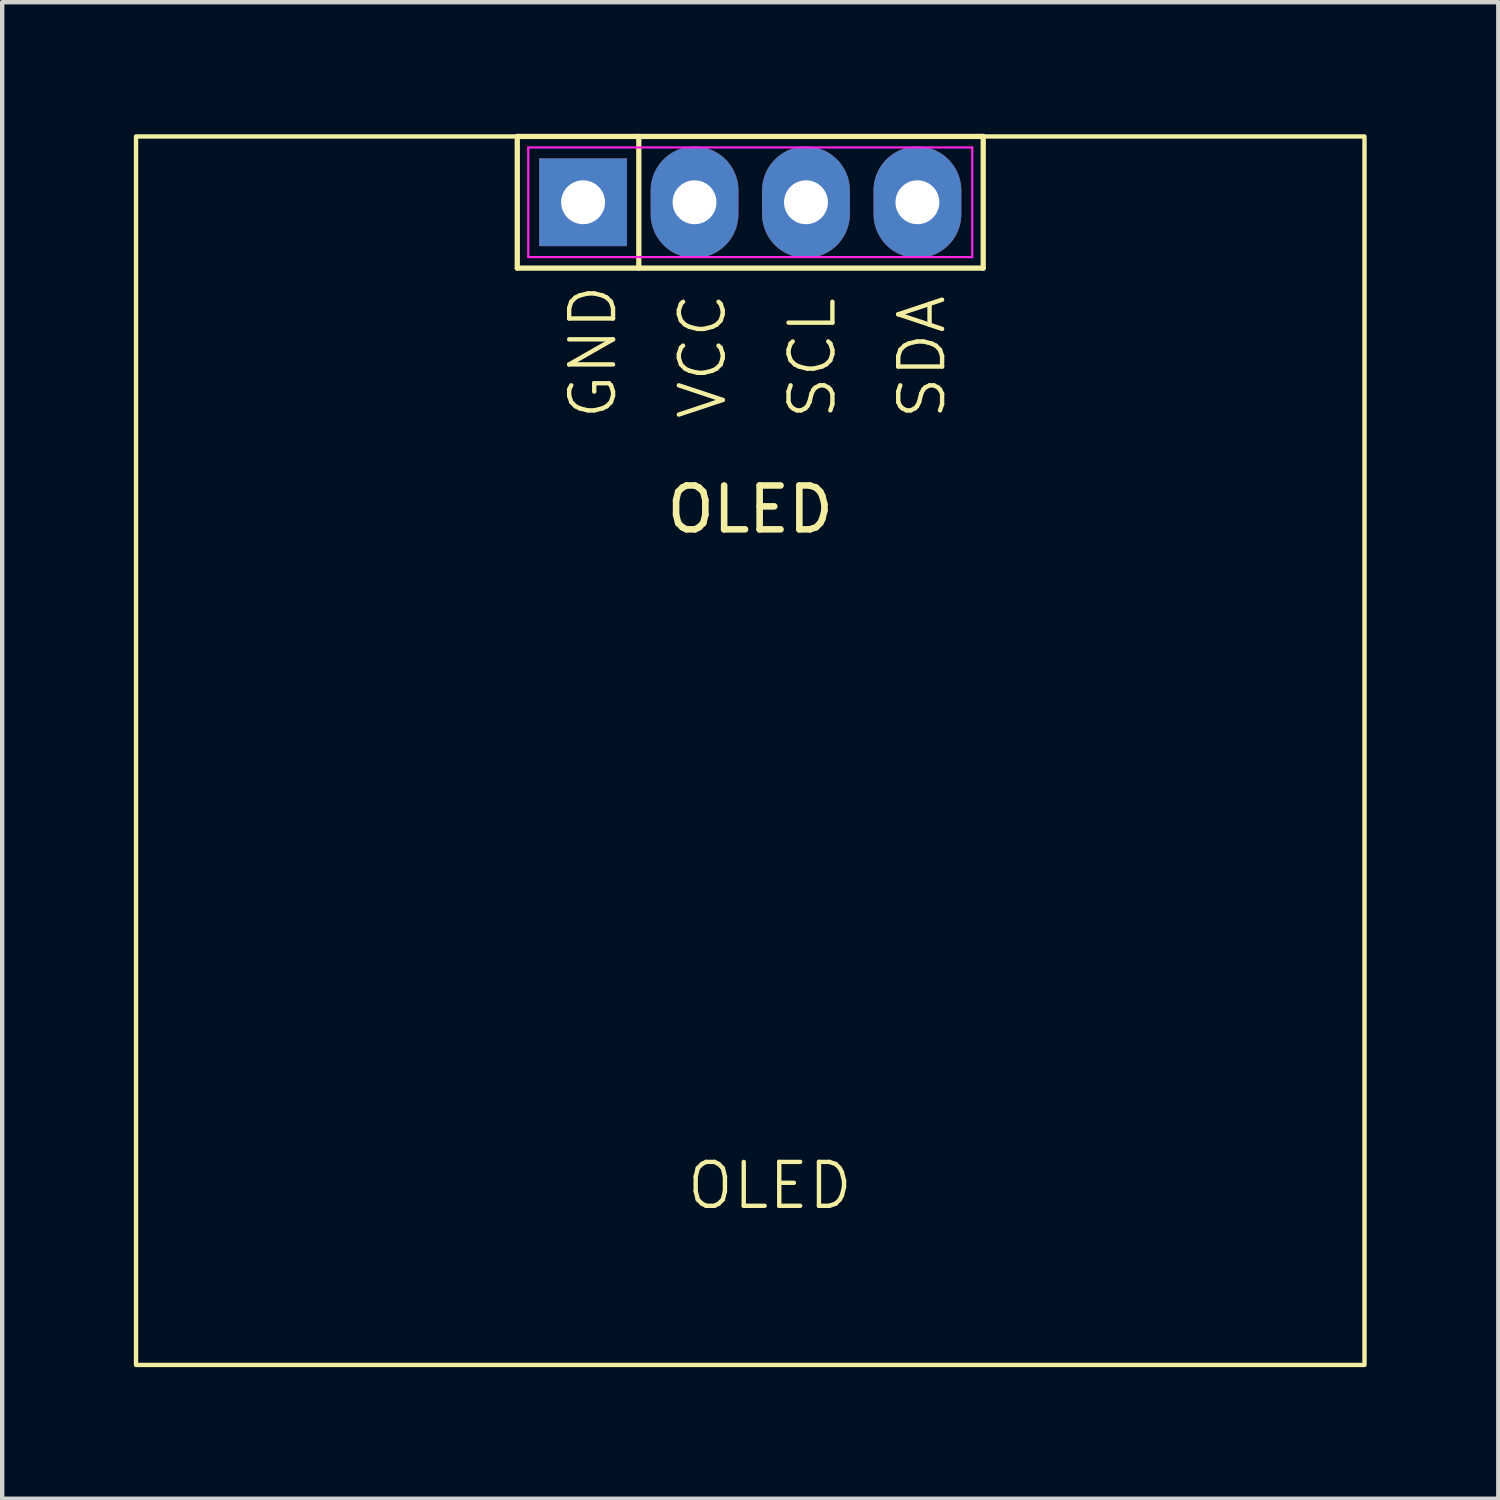
<source format=kicad_pcb>
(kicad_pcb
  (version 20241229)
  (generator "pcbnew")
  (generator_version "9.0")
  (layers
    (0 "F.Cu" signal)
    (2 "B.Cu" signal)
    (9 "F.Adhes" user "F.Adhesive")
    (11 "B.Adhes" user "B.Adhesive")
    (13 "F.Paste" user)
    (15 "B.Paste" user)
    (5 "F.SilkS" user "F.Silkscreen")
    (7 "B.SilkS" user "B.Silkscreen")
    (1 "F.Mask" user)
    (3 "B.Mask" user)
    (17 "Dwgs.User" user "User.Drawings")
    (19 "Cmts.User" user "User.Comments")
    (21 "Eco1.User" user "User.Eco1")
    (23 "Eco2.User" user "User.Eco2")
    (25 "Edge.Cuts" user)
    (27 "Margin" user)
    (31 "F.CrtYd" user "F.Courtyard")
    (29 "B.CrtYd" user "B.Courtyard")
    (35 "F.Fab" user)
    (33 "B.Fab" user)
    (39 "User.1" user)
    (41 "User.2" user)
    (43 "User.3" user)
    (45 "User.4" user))
  (footprint "OLED"
    (layer "F.Cu")
    (at 14.05 1.56)
    (property "Reference" "OLED" (at 0 7 0) (layer "F.SilkS") (effects (font (size 1 1) (thickness 0.15))))
    (attr through_hole)
    (fp_line (start -5.31 -1.5) (end 5.31 -1.5) (stroke (width 0.12) (type default)) (layer "F.SilkS"))
    (fp_line (start -5.31 1.5) (end -5.31 -1.5) (stroke (width 0.12) (type default)) (layer "F.SilkS"))
    (fp_line (start -2.54 -1.5) (end -2.54 1.5) (stroke (width 0.12) (type default)) (layer "F.SilkS"))
    (fp_line (start 5.31 -1.5) (end 5.31 1.5) (stroke (width 0.12) (type default)) (layer "F.SilkS"))
    (fp_line (start 5.31 1.5) (end -5.31 1.5) (stroke (width 0.12) (type default)) (layer "F.SilkS"))
    (fp_rect (start -14 -1.5) (end 14 26.5) (stroke (width 0.1) (type default)) (fill no) (layer "F.SilkS"))
    (fp_line (start -5.06 -1.25) (end 5.06 -1.25) (stroke (width 0.05) (type default)) (layer "F.CrtYd"))
    (fp_line (start -5.06 1.25) (end -5.06 -1.25) (stroke (width 0.05) (type default)) (layer "F.CrtYd"))
    (fp_line (start 5.06 -1.25) (end 5.06 1.25) (stroke (width 0.05) (type default)) (layer "F.CrtYd"))
    (fp_line (start 5.06 1.25) (end -5.06 1.25) (stroke (width 0.05) (type default)) (layer "F.CrtYd"))
    (fp_text user "OLED" (at -1.5 23 0) (unlocked yes) (layer "F.SilkS") (effects (font (size 1 1) (thickness 0.1)) (justify left bottom)))
    (fp_text user "SDA" (at 4.5 5 90) (unlocked yes) (layer "F.SilkS") (effects (font (size 1 1) (thickness 0.1)) (justify left bottom)))
    (fp_text user "VCC" (at -0.5 5 90) (unlocked yes) (layer "F.SilkS") (effects (font (size 1 1) (thickness 0.1)) (justify left bottom)))
    (fp_text user "GND" (at -3 5 90) (unlocked yes) (layer "F.SilkS") (effects (font (size 1 1) (thickness 0.1)) (justify left bottom)))
    (fp_text user "SCL" (at 2 5 90) (unlocked yes) (layer "F.SilkS") (effects (font (size 1 1) (thickness 0.1)) (justify left bottom)))
    (pad "1" thru_hole rect (at -3.81 0) (size 2 2) (drill 1) (layers "*.Cu" "*.Mask"))
    (pad "2" thru_hole oval (at -1.27 0) (size 2 2.54) (drill 1) (layers "*.Cu" "*.Mask"))
    (pad "3" thru_hole oval (at 1.27 0) (size 2 2.54) (drill 1) (layers "*.Cu" "*.Mask"))
    (pad "4" thru_hole oval (at 3.81 0) (size 2 2.54) (drill 1) (layers "*.Cu" "*.Mask")))
  (gr_rect
    (start -3 -3)
    (end 31.1 31.11)
    (stroke (width 0.1) (type default))
    (fill no)
    (layer "Edge.Cuts")))
</source>
